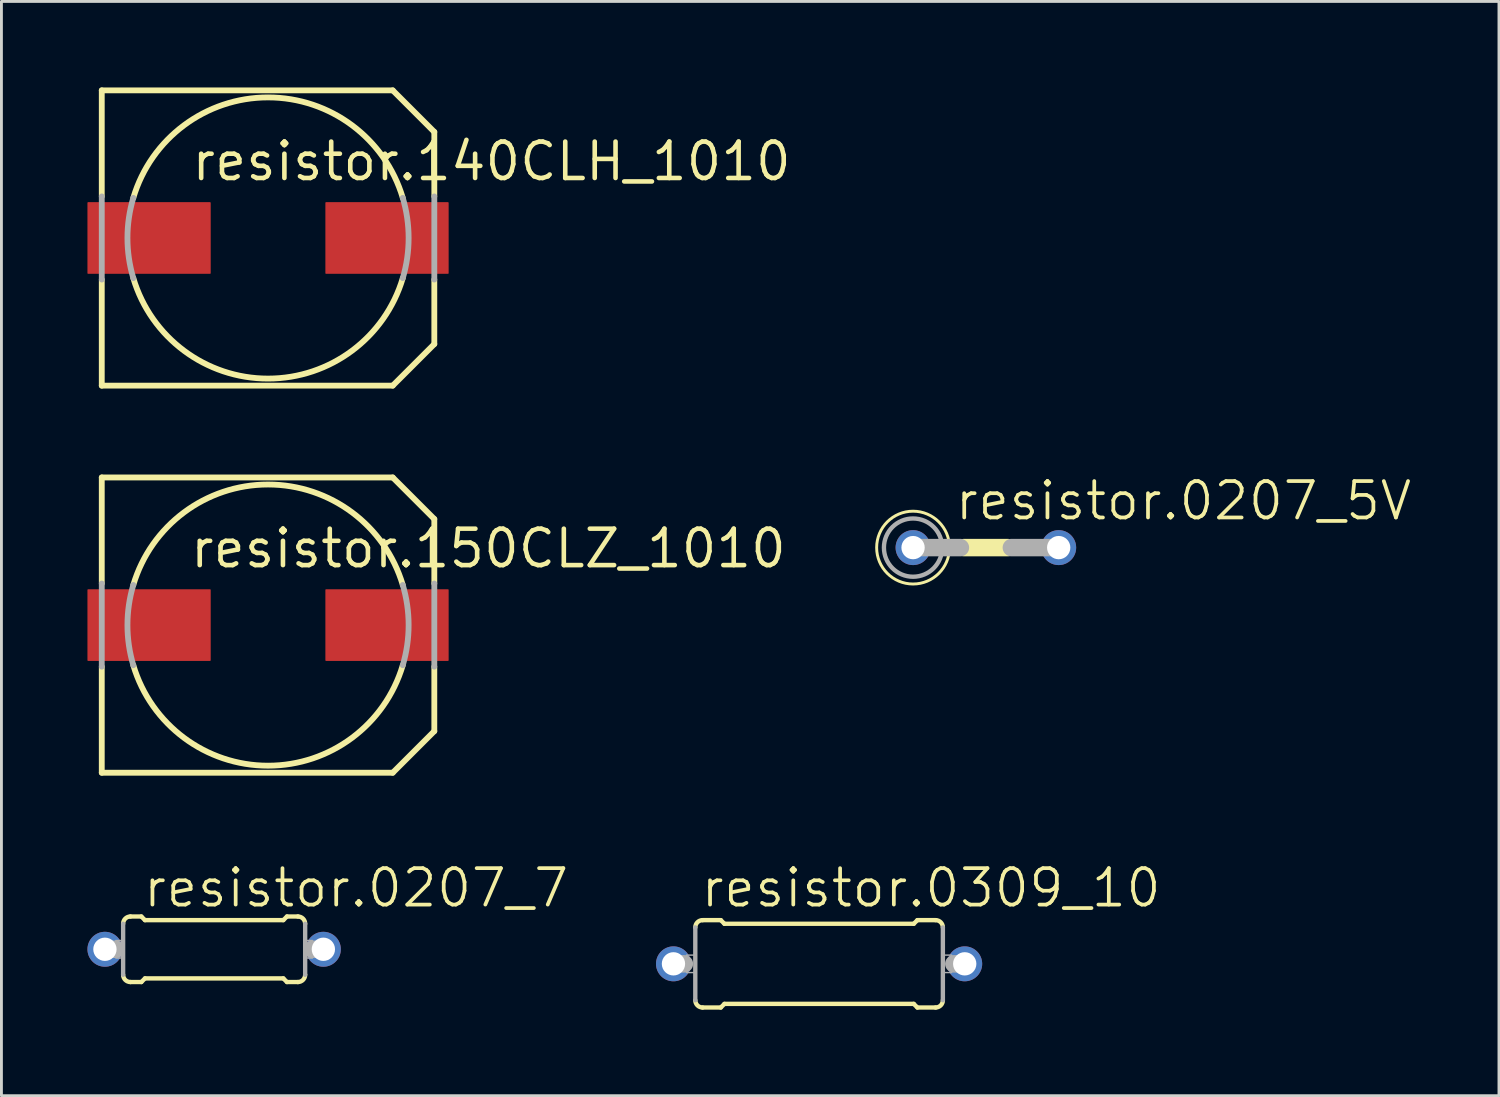
<source format=kicad_pcb>
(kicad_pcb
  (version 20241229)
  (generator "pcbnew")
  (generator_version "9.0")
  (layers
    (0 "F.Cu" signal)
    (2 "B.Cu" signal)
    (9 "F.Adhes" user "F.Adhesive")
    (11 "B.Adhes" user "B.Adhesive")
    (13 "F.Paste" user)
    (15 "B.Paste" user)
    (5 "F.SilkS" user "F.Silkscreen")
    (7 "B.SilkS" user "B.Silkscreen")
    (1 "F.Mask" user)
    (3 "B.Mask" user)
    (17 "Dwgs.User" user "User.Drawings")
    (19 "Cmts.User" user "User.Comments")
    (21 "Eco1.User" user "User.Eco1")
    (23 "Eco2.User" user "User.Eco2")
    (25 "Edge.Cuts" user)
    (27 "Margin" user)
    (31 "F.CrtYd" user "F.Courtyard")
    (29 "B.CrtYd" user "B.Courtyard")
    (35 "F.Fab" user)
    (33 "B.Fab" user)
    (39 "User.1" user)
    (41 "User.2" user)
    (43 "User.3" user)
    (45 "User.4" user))
  (footprint "resistor.140CLH_1010"
    (layer "F.Cu")
    (at 6.3 5.252)
    (property "Reference" "resistor.140CLH_1010" (at -2.74 -1.93 0) (layer "F.SilkS") (effects (font (size 1.27 1.27) (thickness 0.16)) (justify left bottom)))
    (attr smd)
    (fp_line (start -5.8 -5.15) (end 4.35 -5.15) (stroke (width 0.203) (type default)) (layer "F.SilkS"))
    (fp_line (start -5.8 -1.45) (end -5.8 -5.15) (stroke (width 0.203) (type default)) (layer "F.SilkS"))
    (fp_line (start -5.8 5.15) (end -5.8 1.45) (stroke (width 0.203) (type default)) (layer "F.SilkS"))
    (fp_line (start 4.35 5.15) (end -5.8 5.15) (stroke (width 0.203) (type default)) (layer "F.SilkS"))
    (fp_line (start 5.8 -3.7) (end 4.35 -5.15) (stroke (width 0.203) (type default)) (layer "F.SilkS"))
    (fp_line (start 5.8 -3.7) (end 5.8 -1.45) (stroke (width 0.203) (type default)) (layer "F.SilkS"))
    (fp_line (start 5.8 1.45) (end 5.8 3.7) (stroke (width 0.203) (type default)) (layer "F.SilkS"))
    (fp_line (start 5.8 3.7) (end 4.35 5.15) (stroke (width 0.203) (type default)) (layer "F.SilkS"))
    (fp_arc (start -4.7 -1.4) (mid 0 -4.90408) (end 4.7 -1.4) (stroke (width 0.2032) (type default)) (layer "F.SilkS"))
    (fp_arc (start 4.7 1.4) (mid 0 4.90408) (end -4.7 1.4) (stroke (width 0.2032) (type default)) (layer "F.SilkS"))
    (fp_line (start -5.8 1.45) (end -5.8 -1.45) (stroke (width 0.203) (type default)) (layer "F.Fab"))
    (fp_line (start 5.8 -1.45) (end 5.8 1.45) (stroke (width 0.203) (type default)) (layer "F.Fab"))
    (fp_arc (start -4.7 1.4) (mid -4.90408 0) (end -4.7 -1.4) (stroke (width 0.2032) (type default)) (layer "F.Fab"))
    (fp_arc (start 4.7 -1.4) (mid 4.90408 0) (end 4.7 1.4) (stroke (width 0.2032) (type default)) (layer "F.Fab"))
    (pad "+" smd roundrect (at 4.15 0) (size 4.3 2.5) (layers "F.Cu" "F.Mask" "F.Paste") (roundrect_rratio 0.01))
    (pad "-" smd roundrect (at -4.15 0) (size 4.3 2.5) (layers "F.Cu" "F.Mask" "F.Paste") (roundrect_rratio 0.01)))
  (footprint "resistor.150CLZ_1010"
    (layer "F.Cu")
    (at 6.3 18.755)
    (property "Reference" "resistor.150CLZ_1010" (at -2.79 -1.93 0) (layer "F.SilkS") (effects (font (size 1.27 1.27) (thickness 0.16)) (justify left bottom)))
    (attr smd)
    (fp_line (start -5.8 -5.15) (end 4.35 -5.15) (stroke (width 0.203) (type default)) (layer "F.SilkS"))
    (fp_line (start -5.8 -1.45) (end -5.8 -5.15) (stroke (width 0.203) (type default)) (layer "F.SilkS"))
    (fp_line (start -5.8 5.15) (end -5.8 1.45) (stroke (width 0.203) (type default)) (layer "F.SilkS"))
    (fp_line (start 4.35 5.15) (end -5.8 5.15) (stroke (width 0.203) (type default)) (layer "F.SilkS"))
    (fp_line (start 5.8 -3.7) (end 4.35 -5.15) (stroke (width 0.203) (type default)) (layer "F.SilkS"))
    (fp_line (start 5.8 -3.7) (end 5.8 -1.45) (stroke (width 0.203) (type default)) (layer "F.SilkS"))
    (fp_line (start 5.8 1.45) (end 5.8 3.7) (stroke (width 0.203) (type default)) (layer "F.SilkS"))
    (fp_line (start 5.8 3.7) (end 4.35 5.15) (stroke (width 0.203) (type default)) (layer "F.SilkS"))
    (fp_arc (start -4.7 -1.4) (mid 0 -4.90408) (end 4.7 -1.4) (stroke (width 0.2032) (type default)) (layer "F.SilkS"))
    (fp_arc (start 4.7 1.4) (mid 0 4.90408) (end -4.7 1.4) (stroke (width 0.2032) (type default)) (layer "F.SilkS"))
    (fp_line (start -5.8 1.45) (end -5.8 -1.45) (stroke (width 0.203) (type default)) (layer "F.Fab"))
    (fp_line (start 5.8 -1.45) (end 5.8 1.45) (stroke (width 0.203) (type default)) (layer "F.Fab"))
    (fp_arc (start -4.7 1.4) (mid -4.90408 0) (end -4.7 -1.4) (stroke (width 0.2032) (type default)) (layer "F.Fab"))
    (fp_arc (start 4.7 -1.4) (mid 4.90408 0) (end 4.7 1.4) (stroke (width 0.2032) (type default)) (layer "F.Fab"))
    (pad "+" smd roundrect (at 4.15 0) (size 4.3 2.5) (layers "F.Cu" "F.Mask" "F.Paste") (roundrect_rratio 0.01))
    (pad "-" smd roundrect (at -4.15 0) (size 4.3 2.5) (layers "F.Cu" "F.Mask" "F.Paste") (roundrect_rratio 0.01)))
  (footprint "resistor.0207_7"
    (layer "F.Cu")
    (at 4.42 30.063)
    (property "Reference" "resistor.0207_7" (at -2.54 -1.397 0) (layer "F.SilkS") (effects (font (size 1.27 1.27) (thickness 0.13)) (justify left bottom)))
    (attr through_hole)
    (fp_line (start -2.921 -1.143) (end -2.54 -1.143) (stroke (width 0.152) (type default)) (layer "F.SilkS"))
    (fp_line (start -2.921 1.143) (end -2.54 1.143) (stroke (width 0.152) (type default)) (layer "F.SilkS"))
    (fp_line (start -2.413 -1.016) (end -2.54 -1.143) (stroke (width 0.152) (type default)) (layer "F.SilkS"))
    (fp_line (start -2.413 1.016) (end -2.54 1.143) (stroke (width 0.152) (type default)) (layer "F.SilkS"))
    (fp_line (start 2.413 -1.016) (end -2.413 -1.016) (stroke (width 0.152) (type default)) (layer "F.SilkS"))
    (fp_line (start 2.413 -1.016) (end 2.54 -1.143) (stroke (width 0.152) (type default)) (layer "F.SilkS"))
    (fp_line (start 2.413 1.016) (end -2.413 1.016) (stroke (width 0.152) (type default)) (layer "F.SilkS"))
    (fp_line (start 2.413 1.016) (end 2.54 1.143) (stroke (width 0.152) (type default)) (layer "F.SilkS"))
    (fp_line (start 2.921 -1.143) (end 2.54 -1.143) (stroke (width 0.152) (type default)) (layer "F.SilkS"))
    (fp_line (start 2.921 1.143) (end 2.54 1.143) (stroke (width 0.152) (type default)) (layer "F.SilkS"))
    (fp_arc (start -3.175 -0.889) (mid -3.100605 -1.068605) (end -2.921 -1.143) (stroke (width 0.1524) (type default)) (layer "F.SilkS"))
    (fp_arc (start -2.921 1.143) (mid -3.100605 1.068605) (end -3.175 0.889) (stroke (width 0.1524) (type default)) (layer "F.SilkS"))
    (fp_arc (start 2.921 -1.143) (mid 3.100605 -1.068605) (end 3.175 -0.889) (stroke (width 0.1524) (type default)) (layer "F.SilkS"))
    (fp_arc (start 3.175 0.889) (mid 3.100605 1.068605) (end 2.921 1.143) (stroke (width 0.1524) (type default)) (layer "F.SilkS"))
    (fp_line (start -3.81 0) (end -3.429 0) (stroke (width 0.61) (type default)) (layer "F.Fab"))
    (fp_line (start -3.175 0.889) (end -3.175 -0.889) (stroke (width 0.152) (type default)) (layer "F.Fab"))
    (fp_line (start 3.175 0.889) (end 3.175 -0.889) (stroke (width 0.152) (type default)) (layer "F.Fab"))
    (fp_line (start 3.429 0) (end 3.81 0) (stroke (width 0.61) (type default)) (layer "F.Fab"))
    (fp_rect (start -3.429 0.305) (end -3.175 -0.305) (stroke (width 0.05) (type default)) (fill no) (layer "F.Fab"))
    (fp_rect (start 3.175 0.305) (end 3.429 -0.305) (stroke (width 0.05) (type default)) (fill no) (layer "F.Fab"))
    (pad "1" thru_hole circle (at -3.81 0) (size 1.219 1.219) (drill 0.813) (layers "*.Cu" "*.Mask"))
    (pad "2" thru_hole circle (at 3.81 0) (size 1.219 1.219) (drill 0.813) (layers "*.Cu" "*.Mask")))
  (footprint "resistor.0207_5V"
    (layer "F.Cu")
    (at 31.34 16.052)
    (property "Reference" "resistor.0207_5V" (at -1.143 -0.889 0) (layer "F.SilkS") (effects (font (size 1.27 1.27) (thickness 0.13)) (justify left bottom)))
    (attr through_hole)
    (fp_line (start -0.762 0) (end 0.762 0) (stroke (width 0.61) (type default)) (layer "F.SilkS"))
    (fp_circle (center -2.54 0) (end -1.27 0) (stroke (width 0.102) (type default)) (fill no) (layer "F.SilkS"))
    (fp_line (start -2.54 0) (end -0.889 0) (stroke (width 0.61) (type default)) (layer "F.Fab"))
    (fp_line (start 0.889 0) (end 2.54 0) (stroke (width 0.61) (type default)) (layer "F.Fab"))
    (fp_circle (center -2.54 0) (end -1.524 0) (stroke (width 0.152) (type default)) (fill no) (layer "F.Fab"))
    (pad "1" thru_hole circle (at -2.54 0) (size 1.219 1.219) (drill 0.813) (layers "*.Cu" "*.Mask"))
    (pad "2" thru_hole circle (at 2.54 0) (size 1.219 1.219) (drill 0.813) (layers "*.Cu" "*.Mask")))
  (footprint "resistor.0309_10"
    (layer "F.Cu")
    (at 25.522 30.571)
    (property "Reference" "resistor.0309_10" (at -4.191 -1.905 0) (layer "F.SilkS") (effects (font (size 1.27 1.27) (thickness 0.13)) (justify left bottom)))
    (attr through_hole)
    (fp_line (start -4.064 -1.524) (end -3.429 -1.524) (stroke (width 0.152) (type default)) (layer "F.SilkS"))
    (fp_line (start -4.064 1.524) (end -3.429 1.524) (stroke (width 0.152) (type default)) (layer "F.SilkS"))
    (fp_line (start -3.302 -1.397) (end -3.429 -1.524) (stroke (width 0.152) (type default)) (layer "F.SilkS"))
    (fp_line (start -3.302 1.397) (end -3.429 1.524) (stroke (width 0.152) (type default)) (layer "F.SilkS"))
    (fp_line (start 3.302 -1.397) (end -3.302 -1.397) (stroke (width 0.152) (type default)) (layer "F.SilkS"))
    (fp_line (start 3.302 -1.397) (end 3.429 -1.524) (stroke (width 0.152) (type default)) (layer "F.SilkS"))
    (fp_line (start 3.302 1.397) (end -3.302 1.397) (stroke (width 0.152) (type default)) (layer "F.SilkS"))
    (fp_line (start 3.302 1.397) (end 3.429 1.524) (stroke (width 0.152) (type default)) (layer "F.SilkS"))
    (fp_line (start 4.064 -1.524) (end 3.429 -1.524) (stroke (width 0.152) (type default)) (layer "F.SilkS"))
    (fp_line (start 4.064 1.524) (end 3.429 1.524) (stroke (width 0.152) (type default)) (layer "F.SilkS"))
    (fp_arc (start -4.318 -1.27) (mid -4.243605 -1.449605) (end -4.064 -1.524) (stroke (width 0.1524) (type default)) (layer "F.SilkS"))
    (fp_arc (start -4.064 1.524) (mid -4.243605 1.449605) (end -4.318 1.27) (stroke (width 0.1524) (type default)) (layer "F.SilkS"))
    (fp_arc (start 4.064 -1.524) (mid 4.243605 -1.449605) (end 4.318 -1.27) (stroke (width 0.1524) (type default)) (layer "F.SilkS"))
    (fp_arc (start 4.318 1.27) (mid 4.243605 1.449605) (end 4.064 1.524) (stroke (width 0.1524) (type default)) (layer "F.SilkS"))
    (fp_line (start -4.699 0) (end -5.08 0) (stroke (width 0.61) (type default)) (layer "F.Fab"))
    (fp_line (start -4.318 1.27) (end -4.318 -1.27) (stroke (width 0.152) (type default)) (layer "F.Fab"))
    (fp_line (start 4.318 1.27) (end 4.318 -1.27) (stroke (width 0.152) (type default)) (layer "F.Fab"))
    (fp_line (start 5.08 0) (end 4.699 0) (stroke (width 0.61) (type default)) (layer "F.Fab"))
    (fp_rect (start -4.623 0.305) (end -4.318 -0.305) (stroke (width 0.05) (type default)) (fill no) (layer "F.Fab"))
    (fp_rect (start 4.318 0.305) (end 4.623 -0.305) (stroke (width 0.05) (type default)) (fill no) (layer "F.Fab"))
    (pad "1" thru_hole circle (at -5.08 0) (size 1.219 1.219) (drill 0.813) (layers "*.Cu" "*.Mask"))
    (pad "2" thru_hole circle (at 5.08 0) (size 1.219 1.219) (drill 0.813) (layers "*.Cu" "*.Mask")))
  (gr_rect
    (start -3 -3)
    (end 49.238 35.172)
    (stroke (width 0.1) (type default))
    (fill no)
    (layer "Edge.Cuts")))
</source>
